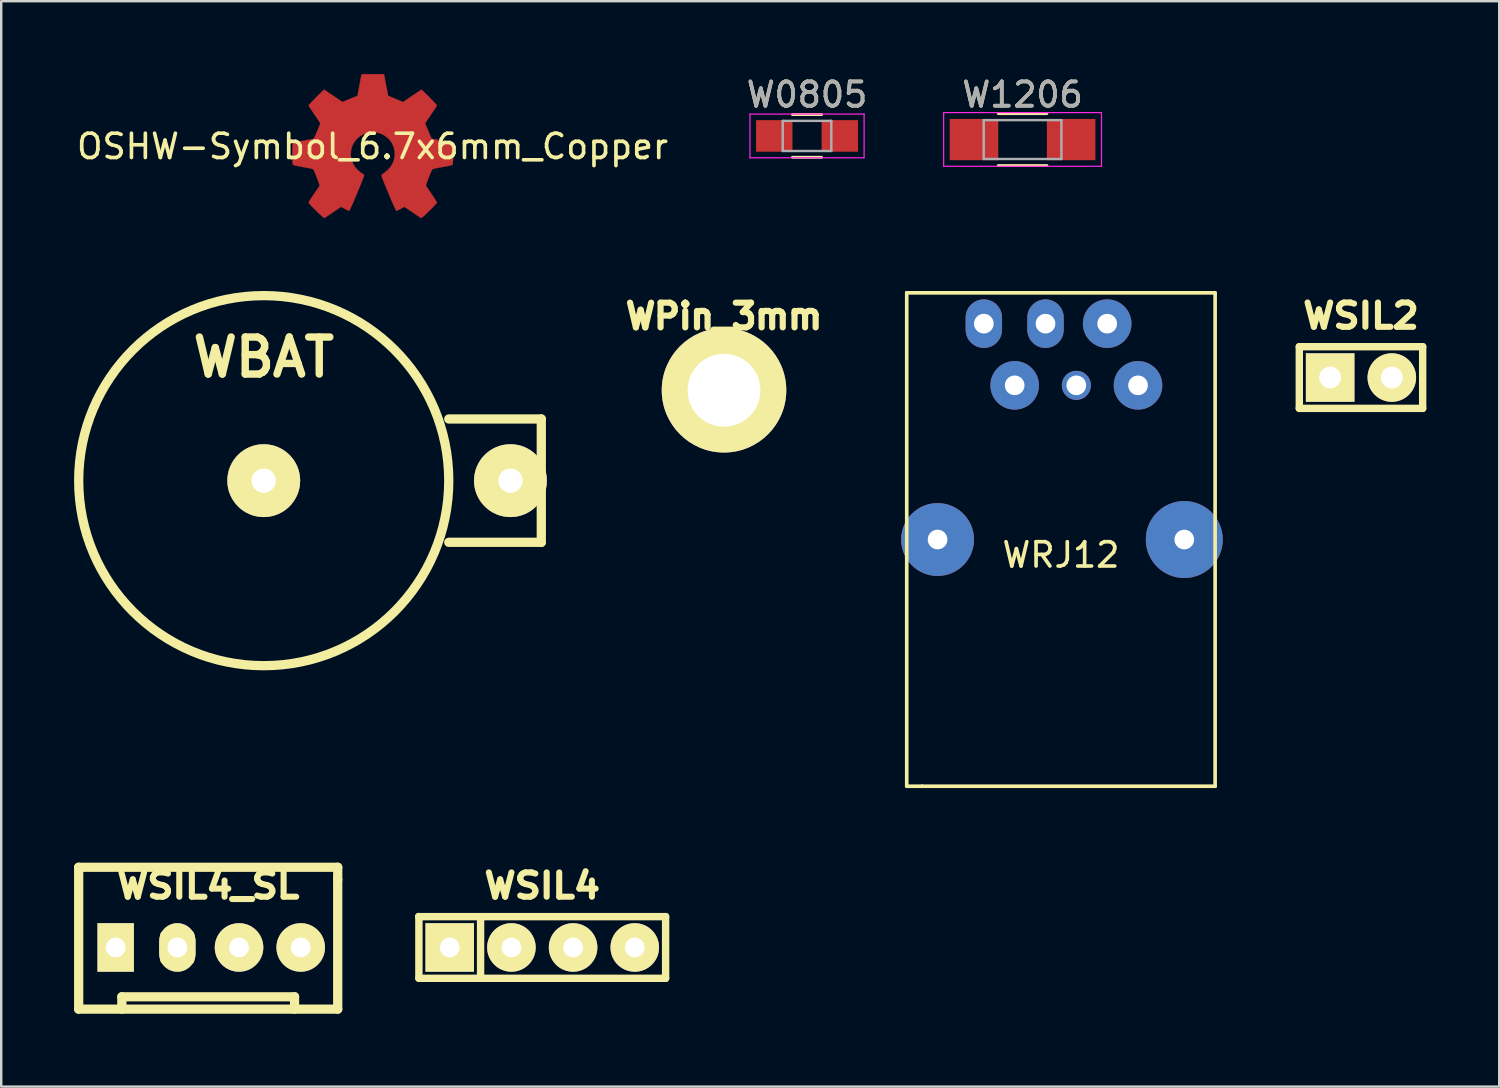
<source format=kicad_pcb>
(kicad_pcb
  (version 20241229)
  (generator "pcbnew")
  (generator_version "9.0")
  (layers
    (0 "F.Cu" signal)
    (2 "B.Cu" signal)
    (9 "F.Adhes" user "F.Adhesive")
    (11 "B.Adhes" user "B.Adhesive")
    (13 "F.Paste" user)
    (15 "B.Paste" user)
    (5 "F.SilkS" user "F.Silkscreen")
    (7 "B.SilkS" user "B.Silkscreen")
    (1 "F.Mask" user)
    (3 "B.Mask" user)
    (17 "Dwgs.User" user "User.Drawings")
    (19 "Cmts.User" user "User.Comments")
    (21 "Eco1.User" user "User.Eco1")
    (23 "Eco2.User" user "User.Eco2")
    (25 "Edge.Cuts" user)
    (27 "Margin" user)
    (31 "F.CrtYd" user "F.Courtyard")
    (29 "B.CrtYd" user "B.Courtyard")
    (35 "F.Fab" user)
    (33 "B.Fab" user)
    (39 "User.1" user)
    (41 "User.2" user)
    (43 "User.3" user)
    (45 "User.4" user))
  (footprint "W0805"
    (layer "F.Cu")
    (at 30.185 2.548)
    (property "Reference" "W0805" (at 0 -1.7 0) (layer "F.SilkS") (effects (font (size 1 1) (thickness 0.15))))
    (attr smd)
    (fp_line (start -0.6 -0.88) (end 0.6 -0.88) (stroke (width 0.12) (type solid)) (layer "F.SilkS"))
    (fp_line (start 0.6 0.88) (end -0.6 0.88) (stroke (width 0.12) (type solid)) (layer "F.SilkS"))
    (fp_line (start -2.35 -0.9) (end -2.35 0.9) (stroke (width 0.05) (type solid)) (layer "F.CrtYd"))
    (fp_line (start -2.35 -0.9) (end 2.35 -0.9) (stroke (width 0.05) (type solid)) (layer "F.CrtYd"))
    (fp_line (start 2.35 0.9) (end -2.35 0.9) (stroke (width 0.05) (type solid)) (layer "F.CrtYd"))
    (fp_line (start 2.35 0.9) (end 2.35 -0.9) (stroke (width 0.05) (type solid)) (layer "F.CrtYd"))
    (fp_line (start -1 -0.62) (end 1 -0.62) (stroke (width 0.1) (type solid)) (layer "F.Fab"))
    (fp_line (start -1 0.62) (end -1 -0.62) (stroke (width 0.1) (type solid)) (layer "F.Fab"))
    (fp_line (start 1 -0.62) (end 1 0.62) (stroke (width 0.1) (type solid)) (layer "F.Fab"))
    (fp_line (start 1 0.62) (end -1 0.62) (stroke (width 0.1) (type solid)) (layer "F.Fab"))
    (fp_text user "${REFERENCE}" (at 0 -1.7 0) (layer "F.Fab") (effects (font (size 1 1) (thickness 0.15))))
    (pad "1" smd rect (at -1.35 0) (size 1.5 1.3) (layers "F.Cu" "F.Mask" "F.Paste"))
    (pad "2" smd rect (at 1.35 0) (size 1.5 1.3) (layers "F.Cu" "F.Mask" "F.Paste")))
  (footprint "WSIL2"
    (layer "F.Cu")
    (at 52.998 12.498)
    (property "Reference" "WSIL2" (at 0 -2.54 0) (layer "F.SilkS") (effects (font (size 1.001 1.087) (thickness 0.251))))
    (attr through_hole)
    (fp_line (start -2.54 -1.27) (end 2.54 -1.27) (stroke (width 0.305) (type solid)) (layer "F.SilkS"))
    (fp_line (start -2.54 1.27) (end -2.54 -1.27) (stroke (width 0.305) (type solid)) (layer "F.SilkS"))
    (fp_line (start 2.54 -1.27) (end 2.54 1.27) (stroke (width 0.305) (type solid)) (layer "F.SilkS"))
    (fp_line (start 2.54 1.27) (end -2.54 1.27) (stroke (width 0.305) (type solid)) (layer "F.SilkS"))
    (pad "1" thru_hole rect (at -1.27 0) (size 1.999 1.999) (drill 0.9) (layers "*.Cu" "*.Mask" "F.SilkS"))
    (pad "2" thru_hole circle (at 1.27 0) (size 1.999 1.999) (drill 0.9) (layers "*.Cu" "*.Mask" "F.SilkS")))
  (footprint "OSHW-Symbol_6.7x6mm_Copper"
    (layer "F.Cu")
    (at 12.292 2.981)
    (property "Reference" "OSHW-Symbol_6.7x6mm_Copper" (at 0 0 0) (layer "F.SilkS") (effects (font (size 1 1) (thickness 0.15))))
    (attr exclude_from_pos_files exclude_from_bom)
    (fp_poly (pts (xy 0.556 -2.531) (xy 0.64 -2.086) (xy 0.949 -1.959) (xy 1.258 -1.831) (xy 1.629 -2.084) (xy 1.733 -2.154) (xy 1.827 -2.217) (xy 1.907 -2.269) (xy 1.967 -2.308) (xy 2.005 -2.331) (xy 2.015 -2.336) (xy 2.034 -2.323) (xy 2.073 -2.288) (xy 2.13 -2.235) (xy 2.198 -2.168) (xy 2.274 -2.093) (xy 2.353 -2.013) (xy 2.431 -1.932) (xy 2.504 -1.857) (xy 2.567 -1.79) (xy 2.615 -1.737) (xy 2.644 -1.702) (xy 2.651 -1.69) (xy 2.641 -1.669) (xy 2.613 -1.621) (xy 2.569 -1.553) (xy 2.513 -1.468) (xy 2.448 -1.371) (xy 2.41 -1.316) (xy 2.341 -1.215) (xy 2.28 -1.124) (xy 2.23 -1.047) (xy 2.193 -0.989) (xy 2.172 -0.955) (xy 2.169 -0.948) (xy 2.176 -0.927) (xy 2.195 -0.879) (xy 2.223 -0.811) (xy 2.257 -0.729) (xy 2.295 -0.64) (xy 2.333 -0.55) (xy 2.369 -0.467) (xy 2.4 -0.396) (xy 2.423 -0.346) (xy 2.435 -0.322) (xy 2.436 -0.321) (xy 2.455 -0.316) (xy 2.505 -0.306) (xy 2.581 -0.291) (xy 2.678 -0.272) (xy 2.791 -0.251) (xy 2.856 -0.239) (xy 2.977 -0.216) (xy 3.086 -0.194) (xy 3.177 -0.174) (xy 3.246 -0.158) (xy 3.287 -0.147) (xy 3.296 -0.143) (xy 3.304 -0.119) (xy 3.31 -0.064) (xy 3.315 0.015) (xy 3.318 0.112) (xy 3.32 0.22) (xy 3.321 0.333) (xy 3.319 0.445) (xy 3.317 0.549) (xy 3.312 0.638) (xy 3.307 0.707) (xy 3.299 0.748) (xy 3.295 0.757) (xy 3.269 0.767) (xy 3.213 0.782) (xy 3.136 0.799) (xy 3.044 0.818) (xy 3.012 0.824) (xy 2.858 0.852) (xy 2.735 0.875) (xy 2.642 0.893) (xy 2.572 0.908) (xy 2.523 0.919) (xy 2.491 0.929) (xy 2.471 0.938) (xy 2.459 0.947) (xy 2.457 0.948) (xy 2.44 0.976) (xy 2.415 1.031) (xy 2.383 1.105) (xy 2.347 1.192) (xy 2.311 1.286) (xy 2.275 1.379) (xy 2.244 1.466) (xy 2.219 1.539) (xy 2.203 1.592) (xy 2.199 1.618) (xy 2.2 1.619) (xy 2.214 1.64) (xy 2.245 1.687) (xy 2.291 1.755) (xy 2.349 1.838) (xy 2.413 1.933) (xy 2.432 1.96) (xy 2.498 2.057) (xy 2.556 2.146) (xy 2.603 2.221) (xy 2.635 2.278) (xy 2.651 2.311) (xy 2.651 2.315) (xy 2.638 2.336) (xy 2.603 2.377) (xy 2.549 2.435) (xy 2.482 2.505) (xy 2.406 2.582) (xy 2.326 2.662) (xy 2.245 2.74) (xy 2.17 2.811) (xy 2.103 2.872) (xy 2.051 2.918) (xy 2.017 2.944) (xy 2.008 2.948) (xy 1.986 2.938) (xy 1.941 2.911) (xy 1.88 2.872) (xy 1.834 2.84) (xy 1.749 2.782) (xy 1.65 2.714) (xy 1.549 2.646) (xy 1.496 2.609) (xy 1.313 2.486) (xy 1.16 2.569) (xy 1.091 2.605) (xy 1.031 2.633) (xy 0.991 2.649) (xy 0.981 2.651) (xy 0.969 2.635) (xy 0.945 2.588) (xy 0.91 2.516) (xy 0.868 2.422) (xy 0.818 2.31) (xy 0.764 2.186) (xy 0.708 2.053) (xy 0.65 1.916) (xy 0.593 1.779) (xy 0.538 1.646) (xy 0.488 1.522) (xy 0.443 1.411) (xy 0.407 1.317) (xy 0.381 1.244) (xy 0.366 1.197) (xy 0.363 1.181) (xy 0.382 1.16) (xy 0.424 1.127) (xy 0.48 1.088) (xy 0.484 1.085) (xy 0.628 0.969) (xy 0.744 0.835) (xy 0.831 0.686) (xy 0.889 0.526) (xy 0.915 0.36) (xy 0.91 0.192) (xy 0.871 0.026) (xy 0.799 -0.134) (xy 0.778 -0.169) (xy 0.667 -0.309) (xy 0.536 -0.422) (xy 0.39 -0.507) (xy 0.233 -0.563) (xy 0.069 -0.589) (xy -0.097 -0.585) (xy -0.26 -0.551) (xy -0.416 -0.485) (xy -0.56 -0.388) (xy -0.605 -0.348) (xy -0.719 -0.224) (xy -0.802 -0.094) (xy -0.859 0.052) (xy -0.89 0.197) (xy -0.898 0.36) (xy -0.872 0.523) (xy -0.815 0.682) (xy -0.729 0.831) (xy -0.617 0.964) (xy -0.482 1.075) (xy -0.464 1.087) (xy -0.408 1.126) (xy -0.365 1.159) (xy -0.345 1.18) (xy -0.344 1.181) (xy -0.349 1.204) (xy -0.366 1.256) (xy -0.395 1.333) (xy -0.433 1.431) (xy -0.478 1.545) (xy -0.53 1.672) (xy -0.585 1.806) (xy -0.643 1.943) (xy -0.7 2.08) (xy -0.757 2.211) (xy -0.81 2.333) (xy -0.858 2.441) (xy -0.899 2.532) (xy -0.932 2.599) (xy -0.954 2.64) (xy -0.963 2.651) (xy -0.99 2.643) (xy -1.04 2.62) (xy -1.106 2.588) (xy -1.142 2.569) (xy -1.295 2.486) (xy -1.477 2.609) (xy -1.57 2.672) (xy -1.672 2.742) (xy -1.767 2.807) (xy -1.815 2.84) (xy -1.882 2.885) (xy -1.939 2.921) (xy -1.979 2.943) (xy -1.991 2.948) (xy -2.01 2.935) (xy -2.051 2.9) (xy -2.11 2.847) (xy -2.185 2.778) (xy -2.269 2.698) (xy -2.323 2.646) (xy -2.416 2.554) (xy -2.497 2.472) (xy -2.562 2.403) (xy -2.608 2.351) (xy -2.631 2.319) (xy -2.633 2.312) (xy -2.623 2.287) (xy -2.594 2.237) (xy -2.551 2.167) (xy -2.496 2.082) (xy -2.432 1.986) (xy -2.413 1.96) (xy -2.347 1.863) (xy -2.287 1.776) (xy -2.238 1.704) (xy -2.202 1.65) (xy -2.183 1.622) (xy -2.181 1.619) (xy -2.184 1.596) (xy -2.199 1.545) (xy -2.223 1.474) (xy -2.253 1.389) (xy -2.288 1.296) (xy -2.325 1.202) (xy -2.361 1.113) (xy -2.393 1.038) (xy -2.419 0.981) (xy -2.437 0.95) (xy -2.438 0.948) (xy -2.449 0.94) (xy -2.468 0.931) (xy -2.498 0.921) (xy -2.543 0.91) (xy -2.608 0.896) (xy -2.697 0.879) (xy -2.813 0.857) (xy -2.962 0.83) (xy -2.994 0.824) (xy -3.089 0.805) (xy -3.172 0.787) (xy -3.235 0.772) (xy -3.271 0.76) (xy -3.276 0.757) (xy -3.284 0.732) (xy -3.291 0.677) (xy -3.296 0.597) (xy -3.3 0.5) (xy -3.302 0.392) (xy -3.302 0.279) (xy -3.301 0.167) (xy -3.298 0.064) (xy -3.294 -0.026) (xy -3.289 -0.094) (xy -3.281 -0.135) (xy -3.277 -0.143) (xy -3.253 -0.152) (xy -3.197 -0.166) (xy -3.117 -0.183) (xy -3.016 -0.204) (xy -2.901 -0.227) (xy -2.838 -0.239) (xy -2.719 -0.261) (xy -2.613 -0.281) (xy -2.524 -0.298) (xy -2.46 -0.311) (xy -2.423 -0.319) (xy -2.417 -0.321) (xy -2.407 -0.34) (xy -2.386 -0.387) (xy -2.356 -0.455) (xy -2.32 -0.537) (xy -2.282 -0.626) (xy -2.244 -0.716) (xy -2.209 -0.8) (xy -2.18 -0.871) (xy -2.16 -0.922) (xy -2.151 -0.948) (xy -2.151 -0.949) (xy -2.161 -0.968) (xy -2.189 -1.014) (xy -2.233 -1.081) (xy -2.289 -1.165) (xy -2.354 -1.261) (xy -2.392 -1.316) (xy -2.461 -1.418) (xy -2.522 -1.509) (xy -2.573 -1.587) (xy -2.61 -1.647) (xy -2.63 -1.683) (xy -2.633 -1.691) (xy -2.62 -1.709) (xy -2.585 -1.75) (xy -2.533 -1.807) (xy -2.467 -1.876) (xy -2.393 -1.953) (xy -2.314 -2.033) (xy -2.235 -2.113) (xy -2.16 -2.187) (xy -2.095 -2.25) (xy -2.043 -2.299) (xy -2.008 -2.329) (xy -1.996 -2.336) (xy -1.978 -2.326) (xy -1.933 -2.298) (xy -1.866 -2.255) (xy -1.781 -2.199) (xy -1.684 -2.133) (xy -1.611 -2.084) (xy -1.24 -1.831) (xy -0.621 -2.086) (xy -0.537 -2.531) (xy -0.453 -2.976) (xy 0.472 -2.976) (xy 0.556 -2.531)) (stroke (width 0.01) (type solid)) (fill yes) (layer "F.Cu")))
  (footprint "WSIL4"
    (layer "F.Cu")
    (at 19.281 35.968)
    (property "Reference" "WSIL4" (at 0 -2.54 0) (layer "F.SilkS") (effects (font (size 1.001 1.087) (thickness 0.251))))
    (attr through_hole)
    (fp_line (start -5.08 -1.27) (end -5.08 -1.27) (stroke (width 0.305) (type solid)) (layer "F.SilkS"))
    (fp_line (start -5.08 -1.27) (end -5.08 -1.27) (stroke (width 0.305) (type solid)) (layer "F.SilkS"))
    (fp_line (start -5.08 -1.27) (end 5.08 -1.27) (stroke (width 0.305) (type solid)) (layer "F.SilkS"))
    (fp_line (start -5.08 1.27) (end -5.08 -1.27) (stroke (width 0.305) (type solid)) (layer "F.SilkS"))
    (fp_line (start -2.54 1.27) (end -2.54 -1.27) (stroke (width 0.305) (type solid)) (layer "F.SilkS"))
    (fp_line (start 5.08 -1.27) (end 5.08 1.27) (stroke (width 0.305) (type solid)) (layer "F.SilkS"))
    (fp_line (start 5.08 1.27) (end -5.08 1.27) (stroke (width 0.305) (type solid)) (layer "F.SilkS"))
    (pad "1" thru_hole rect (at -3.81 0) (size 1.999 1.999) (drill 0.813) (layers "*.Cu" "*.Mask" "F.SilkS"))
    (pad "2" thru_hole circle (at -1.27 0) (size 1.999 1.999) (drill 0.813) (layers "*.Cu" "*.Mask" "F.SilkS"))
    (pad "3" thru_hole circle (at 1.27 0) (size 1.999 1.999) (drill 0.813) (layers "*.Cu" "*.Mask" "F.SilkS"))
    (pad "4" thru_hole circle (at 3.81 0) (size 1.999 1.999) (drill 0.813) (layers "*.Cu" "*.Mask" "F.SilkS")))
  (footprint "W1206"
    (layer "F.Cu")
    (at 39.061 2.698)
    (property "Reference" "W1206" (at 0 -1.85 0) (layer "F.SilkS") (effects (font (size 1 1) (thickness 0.15))))
    (attr smd)
    (fp_line (start -1 -1.07) (end 1 -1.07) (stroke (width 0.12) (type solid)) (layer "F.SilkS"))
    (fp_line (start 1 1.07) (end -1 1.07) (stroke (width 0.12) (type solid)) (layer "F.SilkS"))
    (fp_line (start -3.25 -1.11) (end -3.25 1.1) (stroke (width 0.05) (type solid)) (layer "F.CrtYd"))
    (fp_line (start -3.25 -1.11) (end 3.25 -1.11) (stroke (width 0.05) (type solid)) (layer "F.CrtYd"))
    (fp_line (start 3.25 1.1) (end -3.25 1.1) (stroke (width 0.05) (type solid)) (layer "F.CrtYd"))
    (fp_line (start 3.25 1.1) (end 3.25 -1.11) (stroke (width 0.05) (type solid)) (layer "F.CrtYd"))
    (fp_line (start -1.6 -0.8) (end 1.6 -0.8) (stroke (width 0.1) (type solid)) (layer "F.Fab"))
    (fp_line (start -1.6 0.8) (end -1.6 -0.8) (stroke (width 0.1) (type solid)) (layer "F.Fab"))
    (fp_line (start 1.6 -0.8) (end 1.6 0.8) (stroke (width 0.1) (type solid)) (layer "F.Fab"))
    (fp_line (start 1.6 0.8) (end -1.6 0.8) (stroke (width 0.1) (type solid)) (layer "F.Fab"))
    (fp_text user "${REFERENCE}" (at 0 -1.85 0) (layer "F.Fab") (effects (font (size 1 1) (thickness 0.15))))
    (pad "1" smd rect (at -2 0) (size 2 1.7) (layers "F.Cu" "F.Mask" "F.Paste"))
    (pad "2" smd rect (at 2 0) (size 2 1.7) (layers "F.Cu" "F.Mask" "F.Paste")))
  (footprint "WSIL4_SL"
    (layer "F.Cu")
    (at 5.524 35.968)
    (property "Reference" "WSIL4_SL" (at 0 -2.54 0) (layer "F.SilkS") (effects (font (size 1.001 1.087) (thickness 0.251))))
    (attr through_hole)
    (fp_line (start -5.334 -3.302) (end 5.334 -3.302) (stroke (width 0.381) (type solid)) (layer "F.SilkS"))
    (fp_line (start -5.334 2.54) (end -5.334 -3.302) (stroke (width 0.381) (type solid)) (layer "F.SilkS"))
    (fp_line (start -4.318 -0.508) (end -4.318 0.508) (stroke (width 0.381) (type solid)) (layer "F.SilkS"))
    (fp_line (start -4.318 0.508) (end -3.302 0.508) (stroke (width 0.381) (type solid)) (layer "F.SilkS"))
    (fp_line (start -3.556 2.032) (end 3.556 2.032) (stroke (width 0.381) (type solid)) (layer "F.SilkS"))
    (fp_line (start -3.556 2.54) (end -3.556 2.032) (stroke (width 0.381) (type solid)) (layer "F.SilkS"))
    (fp_line (start -3.302 -0.508) (end -4.318 -0.508) (stroke (width 0.381) (type solid)) (layer "F.SilkS"))
    (fp_line (start -3.302 0.508) (end -3.302 -0.508) (stroke (width 0.381) (type solid)) (layer "F.SilkS"))
    (fp_line (start -1.778 -0.508) (end -1.778 0.508) (stroke (width 0.381) (type solid)) (layer "F.SilkS"))
    (fp_line (start -1.778 -0.508) (end -0.762 -0.508) (stroke (width 0.381) (type solid)) (layer "F.SilkS"))
    (fp_line (start -0.762 -0.508) (end -0.762 0.508) (stroke (width 0.381) (type solid)) (layer "F.SilkS"))
    (fp_line (start -0.762 0.508) (end -1.778 0.508) (stroke (width 0.381) (type solid)) (layer "F.SilkS"))
    (fp_line (start 0.762 -0.508) (end 0.762 0.508) (stroke (width 0.381) (type solid)) (layer "F.SilkS"))
    (fp_line (start 0.762 0.508) (end 1.778 0.508) (stroke (width 0.381) (type solid)) (layer "F.SilkS"))
    (fp_line (start 1.778 -0.508) (end 0.762 -0.508) (stroke (width 0.381) (type solid)) (layer "F.SilkS"))
    (fp_line (start 1.778 0.508) (end 1.778 -0.508) (stroke (width 0.381) (type solid)) (layer "F.SilkS"))
    (fp_line (start 3.302 -0.508) (end 3.302 0.508) (stroke (width 0.381) (type solid)) (layer "F.SilkS"))
    (fp_line (start 3.302 0.508) (end 4.318 0.508) (stroke (width 0.381) (type solid)) (layer "F.SilkS"))
    (fp_line (start 3.556 2.032) (end 3.556 2.54) (stroke (width 0.381) (type solid)) (layer "F.SilkS"))
    (fp_line (start 4.318 -0.508) (end 3.302 -0.508) (stroke (width 0.381) (type solid)) (layer "F.SilkS"))
    (fp_line (start 4.318 0.508) (end 4.318 -0.508) (stroke (width 0.381) (type solid)) (layer "F.SilkS"))
    (fp_line (start 5.334 -3.302) (end 5.334 -2.794) (stroke (width 0.381) (type solid)) (layer "F.SilkS"))
    (fp_line (start 5.334 -2.794) (end 5.334 2.54) (stroke (width 0.381) (type solid)) (layer "F.SilkS"))
    (fp_line (start 5.334 2.54) (end -5.334 2.54) (stroke (width 0.381) (type solid)) (layer "F.SilkS"))
    (pad "1" thru_hole rect (at -3.81 0) (size 1.5 1.999) (drill 0.813) (layers "*.Cu" "*.Mask" "F.SilkS"))
    (pad "2" thru_hole oval (at -1.27 0) (size 1.5 1.999) (drill 0.813) (layers "*.Cu" "*.Mask" "F.SilkS"))
    (pad "3" thru_hole circle (at 1.27 0) (size 1.999 1.999) (drill 0.813) (layers "*.Cu" "*.Mask" "F.SilkS"))
    (pad "4" thru_hole circle (at 3.81 0) (size 1.999 1.999) (drill 0.813) (layers "*.Cu" "*.Mask" "F.SilkS")))
  (footprint "WBAT"
    (layer "F.Cu")
    (at 7.811 16.744)
    (property "Reference" "WBAT" (at 0 -5.08 0) (layer "F.SilkS") (effects (font (size 1.524 1.524) (thickness 0.305))))
    (attr through_hole)
    (fp_line (start 7.62 -2.54) (end 11.43 -2.54) (stroke (width 0.381) (type solid)) (layer "F.SilkS"))
    (fp_line (start 11.43 -2.54) (end 11.43 2.54) (stroke (width 0.381) (type solid)) (layer "F.SilkS"))
    (fp_line (start 11.43 2.54) (end 7.62 2.54) (stroke (width 0.381) (type solid)) (layer "F.SilkS"))
    (fp_circle (center 0 0) (end 7.62 0) (stroke (width 0.381) (type solid)) (fill no) (layer "F.SilkS"))
    (pad "1" thru_hole circle (at 10.16 0) (size 3 3) (drill 1.001) (layers "*.Cu" "*.Mask" "F.SilkS"))
    (pad "2" thru_hole circle (at 0 0) (size 3 3) (drill 1.001) (layers "*.Cu" "*.Mask" "F.SilkS")))
  (footprint "WRJ12"
    (layer "F.Cu")
    (at 37.466 10.279)
    (property "Reference" "WRJ12" (at 3.175 9.525 0) (layer "F.SilkS") (effects (font (size 1 1) (thickness 0.15))))
    (attr through_hole)
    (fp_line (start -3.175 -1.27) (end -3.175 19.05) (stroke (width 0.15) (type solid)) (layer "F.SilkS"))
    (fp_line (start -3.175 -1.27) (end 9.525 -1.27) (stroke (width 0.15) (type solid)) (layer "F.SilkS"))
    (fp_line (start -3.175 19.05) (end -2.54 19.05) (stroke (width 0.15) (type solid)) (layer "F.SilkS"))
    (fp_line (start 9.525 -1.27) (end 9.525 19.05) (stroke (width 0.15) (type solid)) (layer "F.SilkS"))
    (fp_line (start 9.525 19.05) (end -2.54 19.05) (stroke (width 0.15) (type solid)) (layer "F.SilkS"))
    (pad "1" thru_hole oval (at 0 0) (size 1.5 2) (drill 0.81) (layers "*.Cu" "*.Mask"))
    (pad "2" thru_hole circle (at 1.27 2.54) (size 2 2) (drill 0.81) (layers "*.Cu" "*.Mask"))
    (pad "3" thru_hole oval (at 2.54 0) (size 1.5 2) (drill 0.81) (layers "*.Cu" "*.Mask"))
    (pad "4" thru_hole circle (at 3.81 2.54) (size 1.2 1.2) (drill 0.81) (layers "*.Cu" "*.Mask"))
    (pad "5" thru_hole circle (at 5.08 0) (size 2 2) (drill 0.81) (layers "*.Cu" "*.Mask"))
    (pad "6" thru_hole circle (at 6.35 2.54) (size 2 2) (drill 0.81) (layers "*.Cu" "*.Mask"))
    (pad "7" thru_hole circle (at -1.905 8.89) (size 3 3) (drill 0.81) (layers "*.Cu" "*.Mask"))
    (pad "8" thru_hole circle (at 8.255 8.89) (size 3.17 3.17) (drill 0.81) (layers "*.Cu" "*.Mask")))
  (footprint "WPin_3mm"
    (layer "F.Cu")
    (at 26.766 13.022)
    (property "Reference" "WPin_3mm" (at 0 -3.048 0) (layer "F.SilkS") (effects (font (size 1.016 1.016) (thickness 0.254))))
    (attr through_hole)
    (pad "1" thru_hole circle (at 0 0) (size 5.128 5.128) (drill 3) (layers "*.Cu" "*.Mask" "F.SilkS")))
  (gr_rect
    (start -3 -3)
    (end 58.69 41.699)
    (stroke (width 0.1) (type default))
    (fill no)
    (layer "Edge.Cuts")))
</source>
